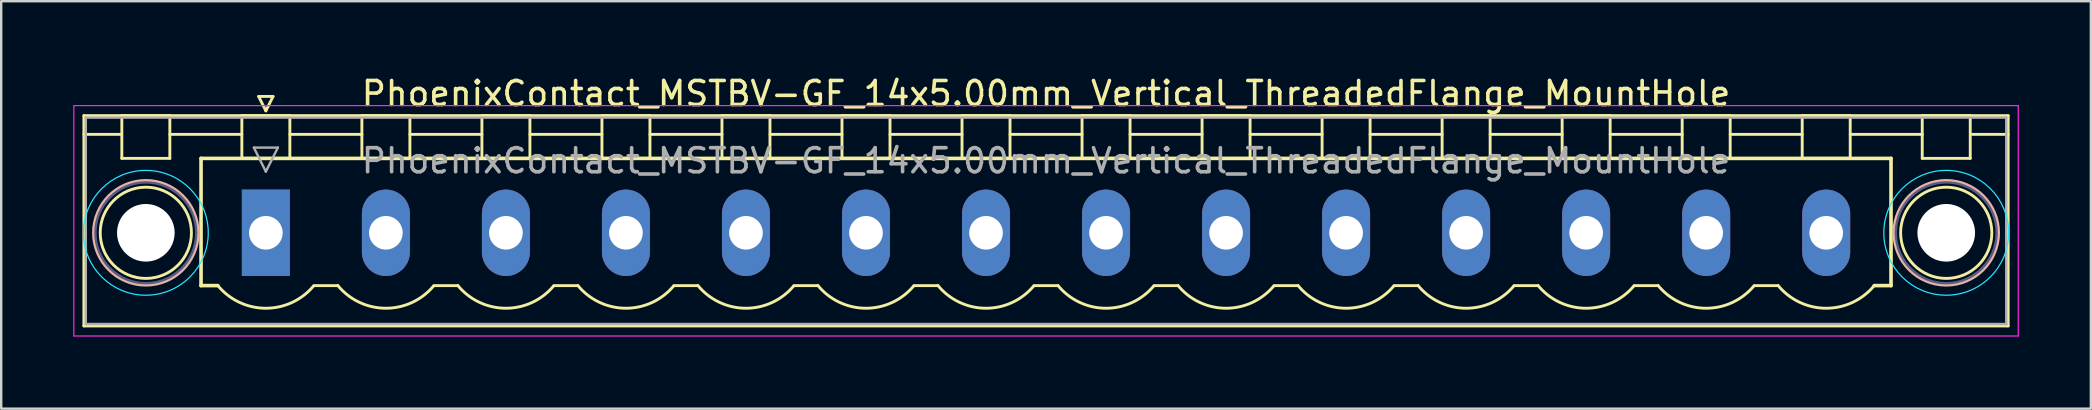
<source format=kicad_pcb>
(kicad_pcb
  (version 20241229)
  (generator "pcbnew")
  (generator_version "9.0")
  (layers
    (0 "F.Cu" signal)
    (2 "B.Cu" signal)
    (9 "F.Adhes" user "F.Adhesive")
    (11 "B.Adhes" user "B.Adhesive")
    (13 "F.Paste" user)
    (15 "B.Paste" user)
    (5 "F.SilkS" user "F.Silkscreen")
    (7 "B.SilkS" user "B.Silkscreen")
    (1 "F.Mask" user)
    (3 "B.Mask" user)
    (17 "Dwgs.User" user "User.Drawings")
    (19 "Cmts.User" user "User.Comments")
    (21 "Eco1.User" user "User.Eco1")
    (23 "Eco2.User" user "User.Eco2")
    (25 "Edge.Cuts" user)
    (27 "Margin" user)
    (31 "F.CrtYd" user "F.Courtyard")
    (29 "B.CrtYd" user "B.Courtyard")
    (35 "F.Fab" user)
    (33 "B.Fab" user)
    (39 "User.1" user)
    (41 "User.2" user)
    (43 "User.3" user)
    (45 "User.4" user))
  (footprint "PhoenixContact_MSTBV-GF_14x5.00mm_Vertical_ThreadedFlange_MountHole"
    (layer "F.Cu")
    (at 8.025 6.648)
    (property "Reference" "PhoenixContact_MSTBV-GF_14x5.00mm_Vertical_ThreadedFlange_MountHole" (at 32.5 -5.8 0) (layer "F.SilkS") (effects (font (size 1 1) (thickness 0.15))))
    (attr through_hole)
    (fp_line (start -7.58 -4.88) (end -7.58 3.88) (stroke (width 0.12) (type solid)) (layer "F.SilkS"))
    (fp_line (start -7.58 -4.1) (end -6.08 -4.1) (stroke (width 0.12) (type solid)) (layer "F.SilkS"))
    (fp_line (start -7.58 3.88) (end 72.58 3.88) (stroke (width 0.12) (type solid)) (layer "F.SilkS"))
    (fp_line (start -6 -4.88) (end -4 -4.88) (stroke (width 0.12) (type solid)) (layer "F.SilkS"))
    (fp_line (start -6 -3.1) (end -6 -4.88) (stroke (width 0.12) (type solid)) (layer "F.SilkS"))
    (fp_line (start -4 -4.88) (end -4 -3.1) (stroke (width 0.12) (type solid)) (layer "F.SilkS"))
    (fp_line (start -4 -4.1) (end -1 -4.1) (stroke (width 0.12) (type solid)) (layer "F.SilkS"))
    (fp_line (start -4 -3.1) (end -6 -3.1) (stroke (width 0.12) (type solid)) (layer "F.SilkS"))
    (fp_line (start -2.7 -3.1) (end 67.7 -3.1) (stroke (width 0.15) (type solid)) (layer "F.SilkS"))
    (fp_line (start -2.7 2.2) (end -2.7 -3.1) (stroke (width 0.15) (type solid)) (layer "F.SilkS"))
    (fp_line (start -2 2.2) (end -2.7 2.2) (stroke (width 0.15) (type solid)) (layer "F.SilkS"))
    (fp_line (start -1 -4.88) (end 1 -4.88) (stroke (width 0.12) (type solid)) (layer "F.SilkS"))
    (fp_line (start -1 -3.1) (end -1 -4.88) (stroke (width 0.12) (type solid)) (layer "F.SilkS"))
    (fp_line (start -0.3 -5.68) (end 0.3 -5.68) (stroke (width 0.12) (type solid)) (layer "F.SilkS"))
    (fp_line (start 0 -5.08) (end -0.3 -5.68) (stroke (width 0.12) (type solid)) (layer "F.SilkS"))
    (fp_line (start 0.3 -5.68) (end 0 -5.08) (stroke (width 0.12) (type solid)) (layer "F.SilkS"))
    (fp_line (start 1 -4.88) (end 1 -3.1) (stroke (width 0.12) (type solid)) (layer "F.SilkS"))
    (fp_line (start 1 -4.1) (end 4 -4.1) (stroke (width 0.12) (type solid)) (layer "F.SilkS"))
    (fp_line (start 1 -3.1) (end -1 -3.1) (stroke (width 0.12) (type solid)) (layer "F.SilkS"))
    (fp_line (start 2 2.2) (end 3 2.2) (stroke (width 0.12) (type solid)) (layer "F.SilkS"))
    (fp_line (start 4 -4.88) (end 6 -4.88) (stroke (width 0.12) (type solid)) (layer "F.SilkS"))
    (fp_line (start 4 -3.1) (end 4 -4.88) (stroke (width 0.12) (type solid)) (layer "F.SilkS"))
    (fp_line (start 6 -4.88) (end 6 -3.1) (stroke (width 0.12) (type solid)) (layer "F.SilkS"))
    (fp_line (start 6 -4.1) (end 9 -4.1) (stroke (width 0.12) (type solid)) (layer "F.SilkS"))
    (fp_line (start 6 -3.1) (end 4 -3.1) (stroke (width 0.12) (type solid)) (layer "F.SilkS"))
    (fp_line (start 7 2.2) (end 8 2.2) (stroke (width 0.12) (type solid)) (layer "F.SilkS"))
    (fp_line (start 9 -4.88) (end 11 -4.88) (stroke (width 0.12) (type solid)) (layer "F.SilkS"))
    (fp_line (start 9 -3.1) (end 9 -4.88) (stroke (width 0.12) (type solid)) (layer "F.SilkS"))
    (fp_line (start 11 -4.88) (end 11 -3.1) (stroke (width 0.12) (type solid)) (layer "F.SilkS"))
    (fp_line (start 11 -4.1) (end 14 -4.1) (stroke (width 0.12) (type solid)) (layer "F.SilkS"))
    (fp_line (start 11 -3.1) (end 9 -3.1) (stroke (width 0.12) (type solid)) (layer "F.SilkS"))
    (fp_line (start 12 2.2) (end 13 2.2) (stroke (width 0.12) (type solid)) (layer "F.SilkS"))
    (fp_line (start 14 -4.88) (end 16 -4.88) (stroke (width 0.12) (type solid)) (layer "F.SilkS"))
    (fp_line (start 14 -3.1) (end 14 -4.88) (stroke (width 0.12) (type solid)) (layer "F.SilkS"))
    (fp_line (start 16 -4.88) (end 16 -3.1) (stroke (width 0.12) (type solid)) (layer "F.SilkS"))
    (fp_line (start 16 -4.1) (end 19 -4.1) (stroke (width 0.12) (type solid)) (layer "F.SilkS"))
    (fp_line (start 16 -3.1) (end 14 -3.1) (stroke (width 0.12) (type solid)) (layer "F.SilkS"))
    (fp_line (start 17 2.2) (end 18 2.2) (stroke (width 0.12) (type solid)) (layer "F.SilkS"))
    (fp_line (start 19 -4.88) (end 21 -4.88) (stroke (width 0.12) (type solid)) (layer "F.SilkS"))
    (fp_line (start 19 -3.1) (end 19 -4.88) (stroke (width 0.12) (type solid)) (layer "F.SilkS"))
    (fp_line (start 21 -4.88) (end 21 -3.1) (stroke (width 0.12) (type solid)) (layer "F.SilkS"))
    (fp_line (start 21 -4.1) (end 24 -4.1) (stroke (width 0.12) (type solid)) (layer "F.SilkS"))
    (fp_line (start 21 -3.1) (end 19 -3.1) (stroke (width 0.12) (type solid)) (layer "F.SilkS"))
    (fp_line (start 22 2.2) (end 23 2.2) (stroke (width 0.12) (type solid)) (layer "F.SilkS"))
    (fp_line (start 24 -4.88) (end 26 -4.88) (stroke (width 0.12) (type solid)) (layer "F.SilkS"))
    (fp_line (start 24 -3.1) (end 24 -4.88) (stroke (width 0.12) (type solid)) (layer "F.SilkS"))
    (fp_line (start 26 -4.88) (end 26 -3.1) (stroke (width 0.12) (type solid)) (layer "F.SilkS"))
    (fp_line (start 26 -4.1) (end 29 -4.1) (stroke (width 0.12) (type solid)) (layer "F.SilkS"))
    (fp_line (start 26 -3.1) (end 24 -3.1) (stroke (width 0.12) (type solid)) (layer "F.SilkS"))
    (fp_line (start 27 2.2) (end 28 2.2) (stroke (width 0.12) (type solid)) (layer "F.SilkS"))
    (fp_line (start 29 -4.88) (end 31 -4.88) (stroke (width 0.12) (type solid)) (layer "F.SilkS"))
    (fp_line (start 29 -3.1) (end 29 -4.88) (stroke (width 0.12) (type solid)) (layer "F.SilkS"))
    (fp_line (start 31 -4.88) (end 31 -3.1) (stroke (width 0.12) (type solid)) (layer "F.SilkS"))
    (fp_line (start 31 -4.1) (end 34 -4.1) (stroke (width 0.12) (type solid)) (layer "F.SilkS"))
    (fp_line (start 31 -3.1) (end 29 -3.1) (stroke (width 0.12) (type solid)) (layer "F.SilkS"))
    (fp_line (start 32 2.2) (end 33 2.2) (stroke (width 0.12) (type solid)) (layer "F.SilkS"))
    (fp_line (start 34 -4.88) (end 36 -4.88) (stroke (width 0.12) (type solid)) (layer "F.SilkS"))
    (fp_line (start 34 -3.1) (end 34 -4.88) (stroke (width 0.12) (type solid)) (layer "F.SilkS"))
    (fp_line (start 36 -4.88) (end 36 -3.1) (stroke (width 0.12) (type solid)) (layer "F.SilkS"))
    (fp_line (start 36 -4.1) (end 39 -4.1) (stroke (width 0.12) (type solid)) (layer "F.SilkS"))
    (fp_line (start 36 -3.1) (end 34 -3.1) (stroke (width 0.12) (type solid)) (layer "F.SilkS"))
    (fp_line (start 37 2.2) (end 38 2.2) (stroke (width 0.12) (type solid)) (layer "F.SilkS"))
    (fp_line (start 39 -4.88) (end 41 -4.88) (stroke (width 0.12) (type solid)) (layer "F.SilkS"))
    (fp_line (start 39 -3.1) (end 39 -4.88) (stroke (width 0.12) (type solid)) (layer "F.SilkS"))
    (fp_line (start 41 -4.88) (end 41 -3.1) (stroke (width 0.12) (type solid)) (layer "F.SilkS"))
    (fp_line (start 41 -4.1) (end 44 -4.1) (stroke (width 0.12) (type solid)) (layer "F.SilkS"))
    (fp_line (start 41 -3.1) (end 39 -3.1) (stroke (width 0.12) (type solid)) (layer "F.SilkS"))
    (fp_line (start 42 2.2) (end 43 2.2) (stroke (width 0.12) (type solid)) (layer "F.SilkS"))
    (fp_line (start 44 -4.88) (end 46 -4.88) (stroke (width 0.12) (type solid)) (layer "F.SilkS"))
    (fp_line (start 44 -3.1) (end 44 -4.88) (stroke (width 0.12) (type solid)) (layer "F.SilkS"))
    (fp_line (start 46 -4.88) (end 46 -3.1) (stroke (width 0.12) (type solid)) (layer "F.SilkS"))
    (fp_line (start 46 -4.1) (end 49 -4.1) (stroke (width 0.12) (type solid)) (layer "F.SilkS"))
    (fp_line (start 46 -3.1) (end 44 -3.1) (stroke (width 0.12) (type solid)) (layer "F.SilkS"))
    (fp_line (start 47 2.2) (end 48 2.2) (stroke (width 0.12) (type solid)) (layer "F.SilkS"))
    (fp_line (start 49 -4.88) (end 51 -4.88) (stroke (width 0.12) (type solid)) (layer "F.SilkS"))
    (fp_line (start 49 -3.1) (end 49 -4.88) (stroke (width 0.12) (type solid)) (layer "F.SilkS"))
    (fp_line (start 51 -4.88) (end 51 -3.1) (stroke (width 0.12) (type solid)) (layer "F.SilkS"))
    (fp_line (start 51 -4.1) (end 54 -4.1) (stroke (width 0.12) (type solid)) (layer "F.SilkS"))
    (fp_line (start 51 -3.1) (end 49 -3.1) (stroke (width 0.12) (type solid)) (layer "F.SilkS"))
    (fp_line (start 52 2.2) (end 53 2.2) (stroke (width 0.12) (type solid)) (layer "F.SilkS"))
    (fp_line (start 54 -4.88) (end 56 -4.88) (stroke (width 0.12) (type solid)) (layer "F.SilkS"))
    (fp_line (start 54 -3.1) (end 54 -4.88) (stroke (width 0.12) (type solid)) (layer "F.SilkS"))
    (fp_line (start 56 -4.88) (end 56 -3.1) (stroke (width 0.12) (type solid)) (layer "F.SilkS"))
    (fp_line (start 56 -4.1) (end 59 -4.1) (stroke (width 0.12) (type solid)) (layer "F.SilkS"))
    (fp_line (start 56 -3.1) (end 54 -3.1) (stroke (width 0.12) (type solid)) (layer "F.SilkS"))
    (fp_line (start 57 2.2) (end 58 2.2) (stroke (width 0.12) (type solid)) (layer "F.SilkS"))
    (fp_line (start 59 -4.88) (end 61 -4.88) (stroke (width 0.12) (type solid)) (layer "F.SilkS"))
    (fp_line (start 59 -3.1) (end 59 -4.88) (stroke (width 0.12) (type solid)) (layer "F.SilkS"))
    (fp_line (start 61 -4.88) (end 61 -3.1) (stroke (width 0.12) (type solid)) (layer "F.SilkS"))
    (fp_line (start 61 -4.1) (end 64 -4.1) (stroke (width 0.12) (type solid)) (layer "F.SilkS"))
    (fp_line (start 61 -3.1) (end 59 -3.1) (stroke (width 0.12) (type solid)) (layer "F.SilkS"))
    (fp_line (start 62 2.2) (end 63 2.2) (stroke (width 0.12) (type solid)) (layer "F.SilkS"))
    (fp_line (start 64 -4.88) (end 66 -4.88) (stroke (width 0.12) (type solid)) (layer "F.SilkS"))
    (fp_line (start 64 -3.1) (end 64 -4.88) (stroke (width 0.12) (type solid)) (layer "F.SilkS"))
    (fp_line (start 66 -4.88) (end 66 -3.1) (stroke (width 0.12) (type solid)) (layer "F.SilkS"))
    (fp_line (start 66 -4.1) (end 69 -4.1) (stroke (width 0.12) (type solid)) (layer "F.SilkS"))
    (fp_line (start 66 -3.1) (end 64 -3.1) (stroke (width 0.12) (type solid)) (layer "F.SilkS"))
    (fp_line (start 67.7 -3.1) (end 67.7 2.2) (stroke (width 0.15) (type solid)) (layer "F.SilkS"))
    (fp_line (start 67.7 2.2) (end 67 2.2) (stroke (width 0.15) (type solid)) (layer "F.SilkS"))
    (fp_line (start 69 -4.88) (end 71 -4.88) (stroke (width 0.12) (type solid)) (layer "F.SilkS"))
    (fp_line (start 69 -3.1) (end 69 -4.88) (stroke (width 0.12) (type solid)) (layer "F.SilkS"))
    (fp_line (start 71 -4.88) (end 71 -3.1) (stroke (width 0.12) (type solid)) (layer "F.SilkS"))
    (fp_line (start 71 -3.1) (end 69 -3.1) (stroke (width 0.12) (type solid)) (layer "F.SilkS"))
    (fp_line (start 72.58 -4.88) (end -7.58 -4.88) (stroke (width 0.12) (type solid)) (layer "F.SilkS"))
    (fp_line (start 72.58 -4.1) (end 71.08 -4.1) (stroke (width 0.12) (type solid)) (layer "F.SilkS"))
    (fp_line (start 72.58 3.88) (end 72.58 -4.88) (stroke (width 0.12) (type solid)) (layer "F.SilkS"))
    (fp_arc (start 1.986842 2.215821) (mid -0.010289 3.142758) (end -2 2.2) (stroke (width 0.12) (type solid)) (layer "F.SilkS"))
    (fp_arc (start 6.986842 2.215821) (mid 4.989711 3.142758) (end 3 2.2) (stroke (width 0.12) (type solid)) (layer "F.SilkS"))
    (fp_arc (start 11.986842 2.215821) (mid 9.989711 3.142758) (end 8 2.2) (stroke (width 0.12) (type solid)) (layer "F.SilkS"))
    (fp_arc (start 16.986842 2.215821) (mid 14.989711 3.142758) (end 13 2.2) (stroke (width 0.12) (type solid)) (layer "F.SilkS"))
    (fp_arc (start 21.986842 2.215821) (mid 19.989711 3.142758) (end 18 2.2) (stroke (width 0.12) (type solid)) (layer "F.SilkS"))
    (fp_arc (start 26.986842 2.215821) (mid 24.989711 3.142758) (end 23 2.2) (stroke (width 0.12) (type solid)) (layer "F.SilkS"))
    (fp_arc (start 31.986842 2.215821) (mid 29.989711 3.142758) (end 28 2.2) (stroke (width 0.12) (type solid)) (layer "F.SilkS"))
    (fp_arc (start 36.986842 2.215821) (mid 34.989711 3.142758) (end 33 2.2) (stroke (width 0.12) (type solid)) (layer "F.SilkS"))
    (fp_arc (start 41.986842 2.215821) (mid 39.989711 3.142758) (end 38 2.2) (stroke (width 0.12) (type solid)) (layer "F.SilkS"))
    (fp_arc (start 46.986842 2.215821) (mid 44.989711 3.142758) (end 43 2.2) (stroke (width 0.12) (type solid)) (layer "F.SilkS"))
    (fp_arc (start 51.986842 2.215821) (mid 49.989711 3.142758) (end 48 2.2) (stroke (width 0.12) (type solid)) (layer "F.SilkS"))
    (fp_arc (start 56.986842 2.215821) (mid 54.989711 3.142758) (end 53 2.2) (stroke (width 0.12) (type solid)) (layer "F.SilkS"))
    (fp_arc (start 61.986842 2.215821) (mid 59.989711 3.142758) (end 58 2.2) (stroke (width 0.12) (type solid)) (layer "F.SilkS"))
    (fp_arc (start 66.986842 2.215821) (mid 64.989711 3.142758) (end 63 2.2) (stroke (width 0.12) (type solid)) (layer "F.SilkS"))
    (fp_circle (center -5 0) (end -3.1 0) (stroke (width 0.12) (type solid)) (fill no) (layer "F.SilkS"))
    (fp_circle (center 70 0) (end 71.9 0) (stroke (width 0.12) (type solid)) (fill no) (layer "F.SilkS"))
    (fp_circle (center -5 0) (end -2.82 0) (stroke (width 0.12) (type solid)) (fill no) (layer "B.SilkS"))
    (fp_circle (center 70 0) (end 72.18 0) (stroke (width 0.12) (type solid)) (fill no) (layer "B.SilkS"))
    (fp_circle (center -5 0) (end -2.4 0) (stroke (width 0.05) (type solid)) (fill no) (layer "B.CrtYd"))
    (fp_circle (center 70 0) (end 72.6 0) (stroke (width 0.05) (type solid)) (fill no) (layer "B.CrtYd"))
    (fp_line (start -8 -5.3) (end -8 4.3) (stroke (width 0.05) (type solid)) (layer "F.CrtYd"))
    (fp_line (start -8 4.3) (end 73 4.3) (stroke (width 0.05) (type solid)) (layer "F.CrtYd"))
    (fp_line (start 73 -5.3) (end -8 -5.3) (stroke (width 0.05) (type solid)) (layer "F.CrtYd"))
    (fp_line (start 73 4.3) (end 73 -5.3) (stroke (width 0.05) (type solid)) (layer "F.CrtYd"))
    (fp_circle (center -5 0) (end -2.9 0) (stroke (width 0.1) (type solid)) (fill no) (layer "B.Fab"))
    (fp_circle (center 70 0) (end 72.1 0) (stroke (width 0.1) (type solid)) (fill no) (layer "B.Fab"))
    (fp_line (start -7.5 -4.8) (end -7.5 3.8) (stroke (width 0.1) (type solid)) (layer "F.Fab"))
    (fp_line (start -7.5 3.8) (end 72.5 3.8) (stroke (width 0.1) (type solid)) (layer "F.Fab"))
    (fp_line (start -0.5 -3.55) (end 0.5 -3.55) (stroke (width 0.1) (type solid)) (layer "F.Fab"))
    (fp_line (start 0 -2.55) (end -0.5 -3.55) (stroke (width 0.1) (type solid)) (layer "F.Fab"))
    (fp_line (start 0.5 -3.55) (end 0 -2.55) (stroke (width 0.1) (type solid)) (layer "F.Fab"))
    (fp_line (start 72.5 -4.8) (end -7.5 -4.8) (stroke (width 0.1) (type solid)) (layer "F.Fab"))
    (fp_line (start 72.5 3.8) (end 72.5 -4.8) (stroke (width 0.1) (type solid)) (layer "F.Fab"))
    (fp_text user "${REFERENCE}" (at 32.5 -3 0) (layer "F.Fab") (effects (font (size 1 1) (thickness 0.15))))
    (pad "" np_thru_hole circle (at -5 0) (size 2.4 2.4) (drill 2.4) (layers "*.Cu" "*.Mask"))
    (pad "" np_thru_hole circle (at 70 0) (size 2.4 2.4) (drill 2.4) (layers "*.Cu" "*.Mask"))
    (pad "1" thru_hole rect (at 0 0) (size 2 3.6) (drill 1.4) (layers "*.Cu" "*.Mask"))
    (pad "2" thru_hole oval (at 5 0) (size 2 3.6) (drill 1.4) (layers "*.Cu" "*.Mask"))
    (pad "3" thru_hole oval (at 10 0) (size 2 3.6) (drill 1.4) (layers "*.Cu" "*.Mask"))
    (pad "4" thru_hole oval (at 15 0) (size 2 3.6) (drill 1.4) (layers "*.Cu" "*.Mask"))
    (pad "5" thru_hole oval (at 20 0) (size 2 3.6) (drill 1.4) (layers "*.Cu" "*.Mask"))
    (pad "6" thru_hole oval (at 25 0) (size 2 3.6) (drill 1.4) (layers "*.Cu" "*.Mask"))
    (pad "7" thru_hole oval (at 30 0) (size 2 3.6) (drill 1.4) (layers "*.Cu" "*.Mask"))
    (pad "8" thru_hole oval (at 35 0) (size 2 3.6) (drill 1.4) (layers "*.Cu" "*.Mask"))
    (pad "9" thru_hole oval (at 40 0) (size 2 3.6) (drill 1.4) (layers "*.Cu" "*.Mask"))
    (pad "10" thru_hole oval (at 45 0) (size 2 3.6) (drill 1.4) (layers "*.Cu" "*.Mask"))
    (pad "11" thru_hole oval (at 50 0) (size 2 3.6) (drill 1.4) (layers "*.Cu" "*.Mask"))
    (pad "12" thru_hole oval (at 55 0) (size 2 3.6) (drill 1.4) (layers "*.Cu" "*.Mask"))
    (pad "13" thru_hole oval (at 60 0) (size 2 3.6) (drill 1.4) (layers "*.Cu" "*.Mask"))
    (pad "14" thru_hole oval (at 65 0) (size 2 3.6) (drill 1.4) (layers "*.Cu" "*.Mask")))
  (gr_rect
    (start -3 -3)
    (end 84.05 13.973)
    (stroke (width 0.1) (type default))
    (fill no)
    (layer "Edge.Cuts")))
</source>
